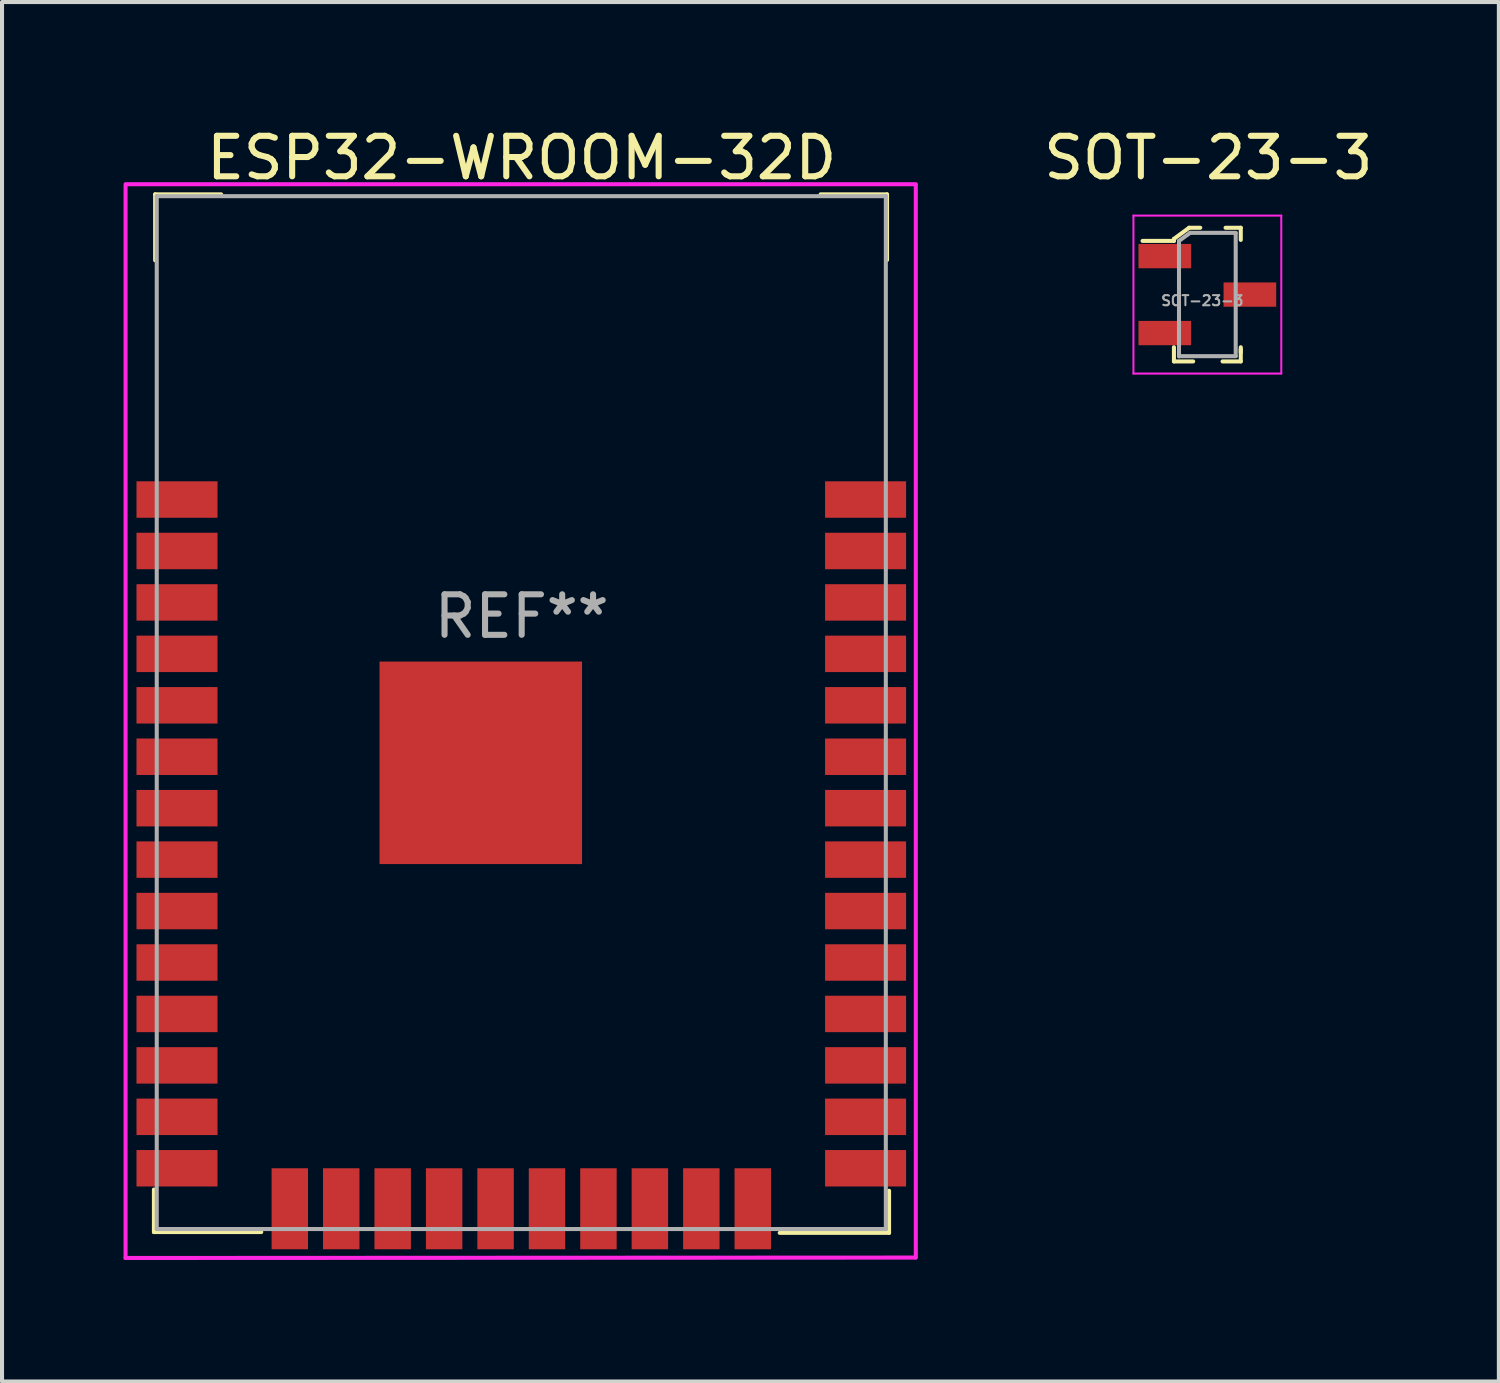
<source format=kicad_pcb>
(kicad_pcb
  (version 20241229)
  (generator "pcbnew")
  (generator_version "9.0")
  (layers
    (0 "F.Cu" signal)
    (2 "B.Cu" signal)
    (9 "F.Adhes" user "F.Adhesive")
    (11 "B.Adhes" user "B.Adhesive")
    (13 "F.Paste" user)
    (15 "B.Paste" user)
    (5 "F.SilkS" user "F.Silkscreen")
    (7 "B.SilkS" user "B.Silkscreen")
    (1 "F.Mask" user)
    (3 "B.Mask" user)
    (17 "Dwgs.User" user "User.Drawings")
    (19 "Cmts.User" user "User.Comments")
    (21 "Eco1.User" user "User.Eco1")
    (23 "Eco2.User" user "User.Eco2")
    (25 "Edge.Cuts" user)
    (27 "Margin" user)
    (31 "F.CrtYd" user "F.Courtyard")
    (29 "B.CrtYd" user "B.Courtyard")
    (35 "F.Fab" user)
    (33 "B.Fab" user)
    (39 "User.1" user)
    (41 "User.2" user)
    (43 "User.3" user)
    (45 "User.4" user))
  (footprint "ESP32-WROOM-32D"
    (layer "F.Cu")
    (at 9.82 17.538)
    (property "Reference" "ESP32-WROOM-32D" (at 0.01 -16.69 0) (layer "F.SilkS") (effects (font (size 1 1) (thickness 0.15))))
    (attr smd)
    (fp_line (start -9.07 8.78) (end -9.07 9.83) (stroke (width 0.1) (type solid)) (layer "F.SilkS"))
    (fp_line (start -9.07 9.83) (end -6.42 9.83) (stroke (width 0.1) (type solid)) (layer "F.SilkS"))
    (fp_line (start -9.04 -15.79) (end -7.41 -15.79) (stroke (width 0.1) (type solid)) (layer "F.SilkS"))
    (fp_line (start -9.04 -14.16) (end -9.04 -15.79) (stroke (width 0.1) (type solid)) (layer "F.SilkS"))
    (fp_line (start 9.03 -15.79) (end 7.39 -15.79) (stroke (width 0.1) (type solid)) (layer "F.SilkS"))
    (fp_line (start 9.03 -14.17) (end 9.03 -15.79) (stroke (width 0.1) (type solid)) (layer "F.SilkS"))
    (fp_line (start 9.08 8.81) (end 9.08 9.85) (stroke (width 0.1) (type solid)) (layer "F.SilkS"))
    (fp_line (start 9.08 9.85) (end 6.38 9.85) (stroke (width 0.1) (type solid)) (layer "F.SilkS"))
    (fp_line (start -9.77 -16.04) (end -9.77 10.47) (stroke (width 0.1) (type solid)) (layer "F.CrtYd"))
    (fp_line (start -9.77 10.47) (end 9.73 10.46) (stroke (width 0.1) (type solid)) (layer "F.CrtYd"))
    (fp_line (start 9.74 -16.04) (end -9.74 -16.04) (stroke (width 0.1) (type solid)) (layer "F.CrtYd"))
    (fp_line (start 9.74 10.46) (end 9.74 -16.02) (stroke (width 0.1) (type solid)) (layer "F.CrtYd"))
    (fp_line (start -9 -15.748) (end -9 9.755) (stroke (width 0.1) (type solid)) (layer "F.Fab"))
    (fp_line (start -9 -15.745) (end 9 -15.745) (stroke (width 0.1) (type solid)) (layer "F.Fab"))
    (fp_line (start -9 9.755) (end 9 9.755) (stroke (width 0.1) (type solid)) (layer "F.Fab"))
    (fp_line (start 9 -15.748) (end 9 9.755) (stroke (width 0.1) (type solid)) (layer "F.Fab"))
    (fp_text user "REF**" (at 0.01 -5.37 0) (layer "F.Fab") (effects (font (size 1 1) (thickness 0.15))))
    (pad "1" smd rect (at -8.5 -8.255) (size 2 0.9) (layers "F.Cu" "F.Mask" "F.Paste"))
    (pad "2" smd rect (at -8.5 -6.985) (size 2 0.9) (layers "F.Cu" "F.Mask" "F.Paste"))
    (pad "3" smd rect (at -8.5 -5.715) (size 2 0.9) (layers "F.Cu" "F.Mask" "F.Paste"))
    (pad "4" smd rect (at -8.5 -4.445) (size 2 0.9) (layers "F.Cu" "F.Mask" "F.Paste"))
    (pad "5" smd rect (at -8.5 -3.175) (size 2 0.9) (layers "F.Cu" "F.Mask" "F.Paste"))
    (pad "6" smd rect (at -8.5 -1.905) (size 2 0.9) (layers "F.Cu" "F.Mask" "F.Paste"))
    (pad "7" smd rect (at -8.5 -0.635) (size 2 0.9) (layers "F.Cu" "F.Mask" "F.Paste"))
    (pad "8" smd rect (at -8.5 0.635) (size 2 0.9) (layers "F.Cu" "F.Mask" "F.Paste"))
    (pad "9" smd rect (at -8.5 1.905) (size 2 0.9) (layers "F.Cu" "F.Mask" "F.Paste"))
    (pad "10" smd rect (at -8.5 3.175) (size 2 0.9) (layers "F.Cu" "F.Mask" "F.Paste"))
    (pad "11" smd rect (at -8.5 4.445) (size 2 0.9) (layers "F.Cu" "F.Mask" "F.Paste"))
    (pad "12" smd rect (at -8.5 5.715) (size 2 0.9) (layers "F.Cu" "F.Mask" "F.Paste"))
    (pad "13" smd rect (at -8.5 6.985) (size 2 0.9) (layers "F.Cu" "F.Mask" "F.Paste"))
    (pad "14" smd rect (at -8.5 8.255) (size 2 0.9) (layers "F.Cu" "F.Mask" "F.Paste"))
    (pad "15" smd rect (at -5.715 9.255 90) (size 2 0.9) (layers "F.Cu" "F.Mask" "F.Paste"))
    (pad "16" smd rect (at -4.445 9.255 90) (size 2 0.9) (layers "F.Cu" "F.Mask" "F.Paste"))
    (pad "17" smd rect (at -3.175 9.255 90) (size 2 0.9) (layers "F.Cu" "F.Mask" "F.Paste"))
    (pad "18" smd rect (at -1.905 9.255 90) (size 2 0.9) (layers "F.Cu" "F.Mask" "F.Paste"))
    (pad "19" smd rect (at -0.635 9.255 90) (size 2 0.9) (layers "F.Cu" "F.Mask" "F.Paste"))
    (pad "20" smd rect (at 0.635 9.255 90) (size 2 0.9) (layers "F.Cu" "F.Mask" "F.Paste"))
    (pad "21" smd rect (at 1.905 9.255 90) (size 2 0.9) (layers "F.Cu" "F.Mask" "F.Paste"))
    (pad "22" smd rect (at 3.175 9.255 90) (size 2 0.9) (layers "F.Cu" "F.Mask" "F.Paste"))
    (pad "23" smd rect (at 4.445 9.255 90) (size 2 0.9) (layers "F.Cu" "F.Mask" "F.Paste"))
    (pad "24" smd rect (at 5.715 9.255 90) (size 2 0.9) (layers "F.Cu" "F.Mask" "F.Paste"))
    (pad "25" smd rect (at 8.5 8.255) (size 2 0.9) (layers "F.Cu" "F.Mask" "F.Paste"))
    (pad "26" smd rect (at 8.5 6.985) (size 2 0.9) (layers "F.Cu" "F.Mask" "F.Paste"))
    (pad "27" smd rect (at 8.5 5.715) (size 2 0.9) (layers "F.Cu" "F.Mask" "F.Paste"))
    (pad "28" smd rect (at 8.5 4.445) (size 2 0.9) (layers "F.Cu" "F.Mask" "F.Paste"))
    (pad "29" smd rect (at 8.5 3.175) (size 2 0.9) (layers "F.Cu" "F.Mask" "F.Paste"))
    (pad "30" smd rect (at 8.5 1.905) (size 2 0.9) (layers "F.Cu" "F.Mask" "F.Paste"))
    (pad "31" smd rect (at 8.5 0.635) (size 2 0.9) (layers "F.Cu" "F.Mask" "F.Paste"))
    (pad "32" smd rect (at 8.5 -0.635) (size 2 0.9) (layers "F.Cu" "F.Mask" "F.Paste"))
    (pad "33" smd rect (at 8.5 -1.905) (size 2 0.9) (layers "F.Cu" "F.Mask" "F.Paste"))
    (pad "34" smd rect (at 8.5 -3.175) (size 2 0.9) (layers "F.Cu" "F.Mask" "F.Paste"))
    (pad "35" smd rect (at 8.5 -4.445) (size 2 0.9) (layers "F.Cu" "F.Mask" "F.Paste"))
    (pad "36" smd rect (at 8.5 -5.715) (size 2 0.9) (layers "F.Cu" "F.Mask" "F.Paste"))
    (pad "37" smd rect (at 8.5 -6.985) (size 2 0.9) (layers "F.Cu" "F.Mask" "F.Paste"))
    (pad "38" smd rect (at 8.5 -8.255) (size 2 0.9) (layers "F.Cu" "F.Mask" "F.Paste"))
    (pad "39" smd rect (at -1 -1.755) (size 5 5) (layers "F.Cu" "F.Mask" "F.Paste")))
  (footprint "SOT-23-3"
    (layer "F.Cu")
    (at 26.758 4.223)
    (property "Reference" "SOT-23-3" (at 0.025 -3.375 0) (layer "F.SilkS") (effects (font (size 1 1) (thickness 0.15))))
    (attr smd)
    (fp_line (start -0.825 -1.375) (end -0.825 -1.325) (stroke (width 0.1) (type solid)) (layer "F.SilkS"))
    (fp_line (start -0.825 -1.325) (end -1.6 -1.325) (stroke (width 0.1) (type solid)) (layer "F.SilkS"))
    (fp_line (start -0.825 1.65) (end -0.825 1.3) (stroke (width 0.1) (type solid)) (layer "F.SilkS"))
    (fp_line (start -0.45 -1.65) (end -0.825 -1.375) (stroke (width 0.1) (type solid)) (layer "F.SilkS"))
    (fp_line (start -0.35 1.65) (end -0.825 1.65) (stroke (width 0.1) (type solid)) (layer "F.SilkS"))
    (fp_line (start -0.175 -1.65) (end -0.45 -1.65) (stroke (width 0.1) (type solid)) (layer "F.SilkS"))
    (fp_line (start 0.45 -1.65) (end 0.825 -1.65) (stroke (width 0.1) (type solid)) (layer "F.SilkS"))
    (fp_line (start 0.825 -1.65) (end 0.825 -1.35) (stroke (width 0.1) (type solid)) (layer "F.SilkS"))
    (fp_line (start 0.825 1.35) (end 0.825 1.65) (stroke (width 0.1) (type solid)) (layer "F.SilkS"))
    (fp_line (start 0.825 1.425) (end 0.825 1.3) (stroke (width 0.1) (type solid)) (layer "F.SilkS"))
    (fp_line (start 0.825 1.65) (end 0.375 1.65) (stroke (width 0.1) (type solid)) (layer "F.SilkS"))
    (fp_line (start -1.825 -1.95) (end -1.825 1.95) (stroke (width 0.05) (type solid)) (layer "F.CrtYd"))
    (fp_line (start -1.825 -1.95) (end 1.825 -1.95) (stroke (width 0.05) (type solid)) (layer "F.CrtYd"))
    (fp_line (start 1.825 -1.95) (end 1.825 1.95) (stroke (width 0.05) (type solid)) (layer "F.CrtYd"))
    (fp_line (start 1.825 1.95) (end -1.825 1.95) (stroke (width 0.05) (type solid)) (layer "F.CrtYd"))
    (fp_line (start -0.7 -1.325) (end -0.7 1.525) (stroke (width 0.1) (type solid)) (layer "F.Fab"))
    (fp_line (start -0.7 1.52) (end 0.7 1.52) (stroke (width 0.1) (type solid)) (layer "F.Fab"))
    (fp_line (start -0.425 -1.525) (end -0.7 -1.325) (stroke (width 0.1) (type solid)) (layer "F.Fab"))
    (fp_line (start -0.425 -1.525) (end 0.7 -1.525) (stroke (width 0.1) (type solid)) (layer "F.Fab"))
    (fp_line (start 0.7 1.52) (end 0.7 -1.52) (stroke (width 0.1) (type solid)) (layer "F.Fab"))
    (fp_text user "${REFERENCE}" (at -0.125 0.15 0) (layer "F.Fab") (effects (font (size 0.25 0.25) (thickness 0.05))))
    (pad "1" smd rect (at -1.05 -0.95) (size 1.3 0.6) (layers "F.Cu" "F.Mask" "F.Paste"))
    (pad "2" smd rect (at -1.05 0.95) (size 1.3 0.6) (layers "F.Cu" "F.Mask" "F.Paste"))
    (pad "3" smd rect (at 1.05 0) (size 1.3 0.6) (layers "F.Cu" "F.Mask" "F.Paste")))
  (gr_rect
    (start -3 -3)
    (end 33.955 31.058)
    (stroke (width 0.1) (type default))
    (fill no)
    (layer "Edge.Cuts")))
</source>
